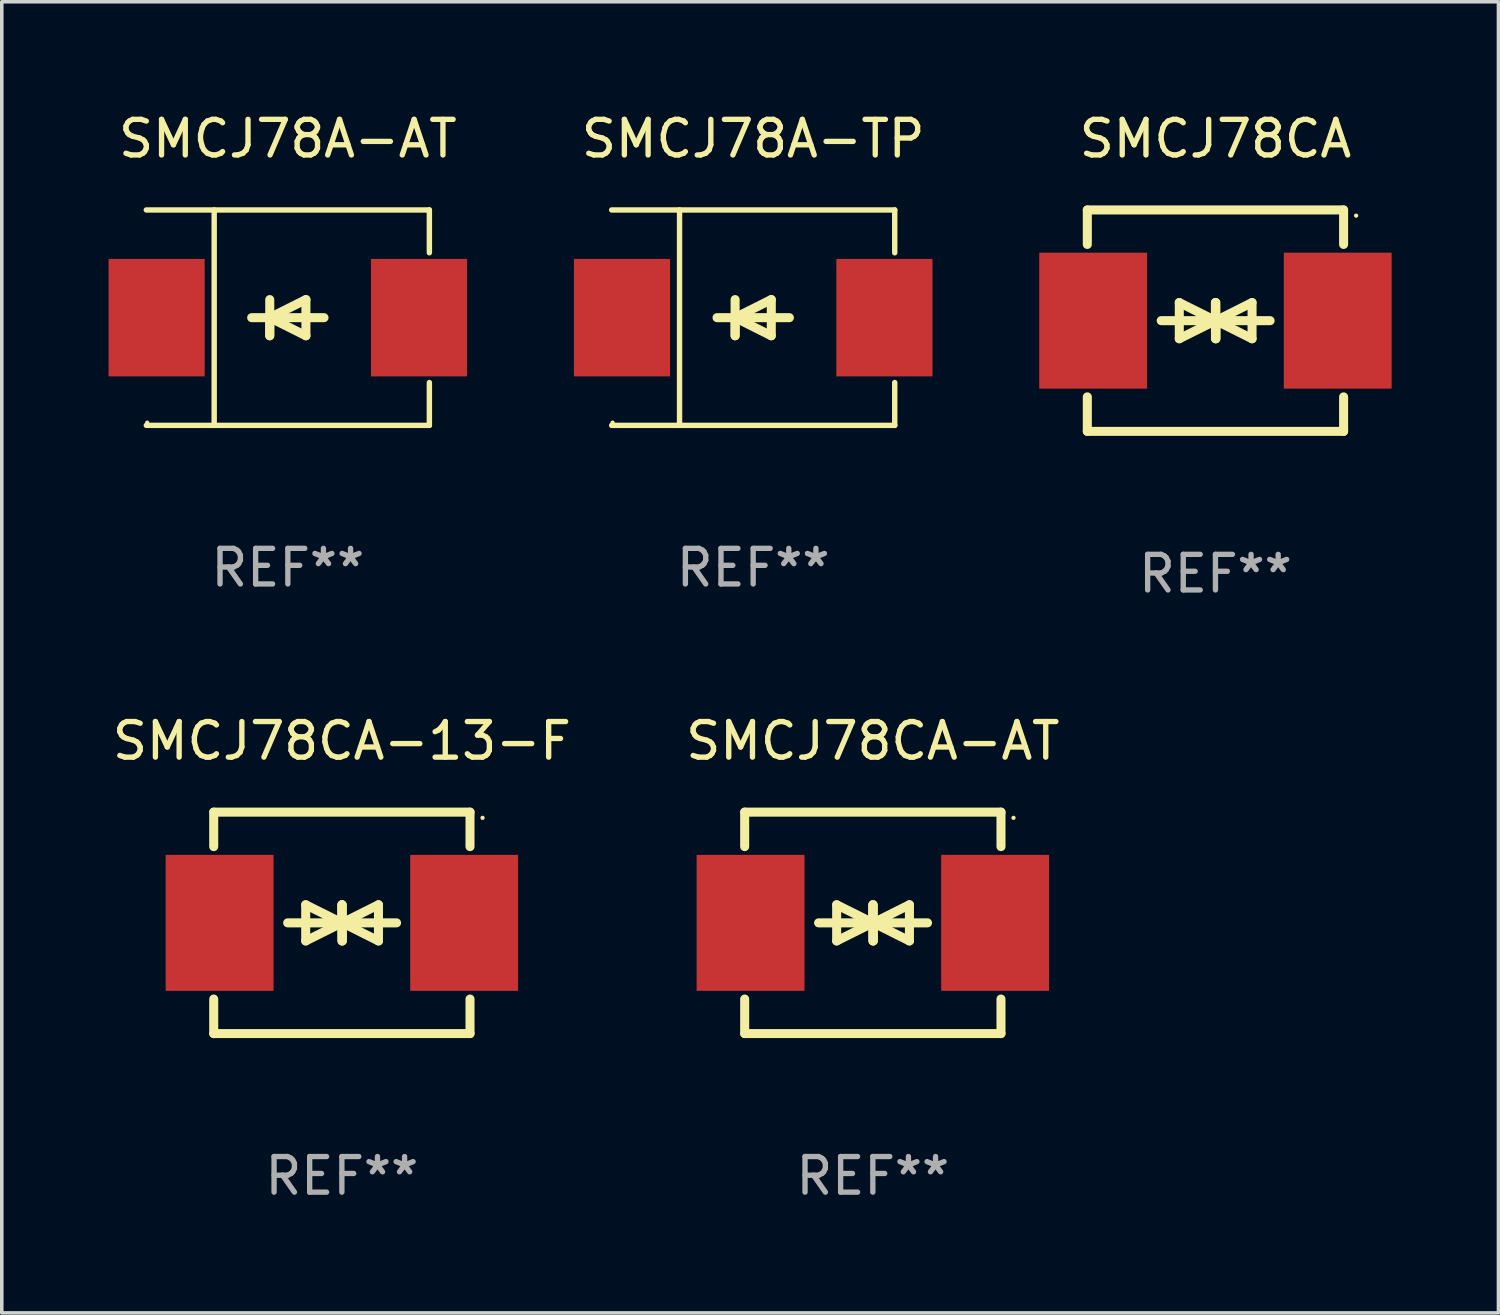
<source format=kicad_pcb>
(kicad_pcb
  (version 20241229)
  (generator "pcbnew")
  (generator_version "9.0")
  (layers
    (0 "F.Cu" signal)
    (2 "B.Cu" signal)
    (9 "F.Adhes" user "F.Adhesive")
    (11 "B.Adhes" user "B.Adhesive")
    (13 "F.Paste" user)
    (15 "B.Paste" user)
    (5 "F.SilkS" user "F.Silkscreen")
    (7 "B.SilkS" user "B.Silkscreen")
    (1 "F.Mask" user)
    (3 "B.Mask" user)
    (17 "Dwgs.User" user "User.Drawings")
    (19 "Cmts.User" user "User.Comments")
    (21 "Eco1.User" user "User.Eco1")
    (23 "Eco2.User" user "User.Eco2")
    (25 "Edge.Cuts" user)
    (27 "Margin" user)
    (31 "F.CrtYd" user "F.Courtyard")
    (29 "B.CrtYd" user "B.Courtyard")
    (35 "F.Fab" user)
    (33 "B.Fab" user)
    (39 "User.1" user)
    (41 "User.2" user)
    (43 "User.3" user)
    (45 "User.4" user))
  (footprint "SMCJ78A-AT"
    (layer "F.Cu")
    (at 5.036 5.874)
    (property "Reference" "SMCJ78A-AT" (at 0 -5.026 0) (layer "F.SilkS") (effects (font (size 1 1) (thickness 0.15))))
    (attr through_hole)
    (fp_line (start -3.976 -3.026) (end 3.976 -3.026) (stroke (width 0.152) (type solid)) (layer "F.SilkS"))
    (fp_line (start -3.976 3.026) (end 3.976 3.026) (stroke (width 0.152) (type solid)) (layer "F.SilkS"))
    (fp_line (start -2.069 -3.026) (end -2.069 3.026) (stroke (width 0.152) (type solid)) (layer "F.SilkS"))
    (fp_line (start -0.508 0) (end -0.508 0.508) (stroke (width 0.254) (type solid)) (layer "F.SilkS"))
    (fp_line (start -0.508 0) (end 0.508 0.508) (stroke (width 0.254) (type solid)) (layer "F.SilkS"))
    (fp_line (start -0.508 0.508) (end -0.508 -0.508) (stroke (width 0.254) (type solid)) (layer "F.SilkS"))
    (fp_line (start 0.508 -0.508) (end -0.508 0) (stroke (width 0.254) (type solid)) (layer "F.SilkS"))
    (fp_line (start 0.508 0.508) (end 0.508 -0.508) (stroke (width 0.254) (type solid)) (layer "F.SilkS"))
    (fp_line (start 1.016 0) (end -1.016 0) (stroke (width 0.254) (type solid)) (layer "F.SilkS"))
    (fp_line (start 3.976 -3.026) (end 3.976 -1.823) (stroke (width 0.152) (type solid)) (layer "F.SilkS"))
    (fp_line (start 3.976 3.026) (end 3.976 1.823) (stroke (width 0.152) (type solid)) (layer "F.SilkS"))
    (fp_circle (center -3.95 2.95) (end -3.92 2.95) (stroke (width 0.06) (type solid)) (fill no) (layer "F.SilkS"))
    (fp_text user "REF**" (at 0 7.026 0) (layer "F.Fab") (effects (font (size 1 1) (thickness 0.15))))
    (pad "1" smd rect (at -3.686 0) (size 2.7 3.3) (layers "F.Cu" "F.Mask" "F.Paste"))
    (pad "2" smd rect (at 3.686 0) (size 2.7 3.3) (layers "F.Cu" "F.Mask" "F.Paste")))
  (footprint "SMCJ78A-TP"
    (layer "F.Cu")
    (at 18.109 5.874)
    (property "Reference" "SMCJ78A-TP" (at 0 -5.026 0) (layer "F.SilkS") (effects (font (size 1 1) (thickness 0.15))))
    (attr through_hole)
    (fp_line (start -3.976 -3.026) (end 3.976 -3.026) (stroke (width 0.152) (type solid)) (layer "F.SilkS"))
    (fp_line (start -3.976 3.026) (end 3.976 3.026) (stroke (width 0.152) (type solid)) (layer "F.SilkS"))
    (fp_line (start -2.069 -3.026) (end -2.069 3.026) (stroke (width 0.152) (type solid)) (layer "F.SilkS"))
    (fp_line (start -0.508 0) (end -0.508 0.508) (stroke (width 0.254) (type solid)) (layer "F.SilkS"))
    (fp_line (start -0.508 0) (end 0.508 0.508) (stroke (width 0.254) (type solid)) (layer "F.SilkS"))
    (fp_line (start -0.508 0.508) (end -0.508 -0.508) (stroke (width 0.254) (type solid)) (layer "F.SilkS"))
    (fp_line (start 0.508 -0.508) (end -0.508 0) (stroke (width 0.254) (type solid)) (layer "F.SilkS"))
    (fp_line (start 0.508 0.508) (end 0.508 -0.508) (stroke (width 0.254) (type solid)) (layer "F.SilkS"))
    (fp_line (start 1.016 0) (end -1.016 0) (stroke (width 0.254) (type solid)) (layer "F.SilkS"))
    (fp_line (start 3.976 -3.026) (end 3.976 -1.823) (stroke (width 0.152) (type solid)) (layer "F.SilkS"))
    (fp_line (start 3.976 3.026) (end 3.976 1.823) (stroke (width 0.152) (type solid)) (layer "F.SilkS"))
    (fp_circle (center -3.95 2.95) (end -3.92 2.95) (stroke (width 0.06) (type solid)) (fill no) (layer "F.SilkS"))
    (fp_text user "REF**" (at 0 7.026 0) (layer "F.Fab") (effects (font (size 1 1) (thickness 0.15))))
    (pad "1" smd rect (at -3.686 0) (size 2.7 3.3) (layers "F.Cu" "F.Mask" "F.Paste"))
    (pad "2" smd rect (at 3.686 0) (size 2.7 3.3) (layers "F.Cu" "F.Mask" "F.Paste")))
  (footprint "SMCJ78CA-AT"
    (layer "F.Cu")
    (at 21.47 22.875)
    (property "Reference" "SMCJ78CA-AT" (at 0 -5.11 0) (layer "F.SilkS") (effects (font (size 1 1) (thickness 0.15))))
    (attr through_hole)
    (fp_line (start -3.6 -2.141) (end -3.6 -3.11) (stroke (width 0.254) (type solid)) (layer "F.SilkS"))
    (fp_line (start -3.6 3.11) (end -3.6 2.141) (stroke (width 0.254) (type solid)) (layer "F.SilkS"))
    (fp_line (start -1.524 0) (end 0.508 0) (stroke (width 0.254) (type solid)) (layer "F.SilkS"))
    (fp_line (start -1.016 -0.508) (end -1.016 0.508) (stroke (width 0.254) (type solid)) (layer "F.SilkS"))
    (fp_line (start -1.016 0.508) (end 0 0) (stroke (width 0.254) (type solid)) (layer "F.SilkS"))
    (fp_line (start 0 -0.508) (end 0 0.508) (stroke (width 0.254) (type solid)) (layer "F.SilkS"))
    (fp_line (start 0 0) (end -1.016 -0.508) (stroke (width 0.254) (type solid)) (layer "F.SilkS"))
    (fp_line (start 0 0) (end 0 -0.508) (stroke (width 0.254) (type solid)) (layer "F.SilkS"))
    (fp_line (start 0.012 0) (end 0.012 0.508) (stroke (width 0.254) (type solid)) (layer "F.SilkS"))
    (fp_line (start 0.012 0) (end 1.028 0.508) (stroke (width 0.254) (type solid)) (layer "F.SilkS"))
    (fp_line (start 0.012 0.508) (end 0.012 -0.508) (stroke (width 0.254) (type solid)) (layer "F.SilkS"))
    (fp_line (start 1.028 -0.508) (end 0.012 0) (stroke (width 0.254) (type solid)) (layer "F.SilkS"))
    (fp_line (start 1.028 0.508) (end 1.028 -0.508) (stroke (width 0.254) (type solid)) (layer "F.SilkS"))
    (fp_line (start 1.536 0) (end -0.496 0) (stroke (width 0.254) (type solid)) (layer "F.SilkS"))
    (fp_line (start 3.6 -3.11) (end -3.6 -3.11) (stroke (width 0.254) (type solid)) (layer "F.SilkS"))
    (fp_line (start 3.6 -2.141) (end 3.6 -3.11) (stroke (width 0.254) (type solid)) (layer "F.SilkS"))
    (fp_line (start 3.6 3.11) (end -3.6 3.11) (stroke (width 0.254) (type solid)) (layer "F.SilkS"))
    (fp_line (start 3.6 3.11) (end 3.6 2.141) (stroke (width 0.254) (type solid)) (layer "F.SilkS"))
    (fp_circle (center 3.952 -2.95) (end 3.982 -2.95) (stroke (width 0.06) (type solid)) (fill no) (layer "F.SilkS"))
    (fp_text user "REF**" (at 0 7.11 0) (layer "F.Fab") (effects (font (size 1 1) (thickness 0.15))))
    (pad "1" smd rect (at 3.435 0) (size 3.03 3.82) (layers "F.Cu" "F.Mask" "F.Paste"))
    (pad "2" smd rect (at -3.435 0) (size 3.03 3.82) (layers "F.Cu" "F.Mask" "F.Paste")))
  (footprint "SMCJ78CA-13-F"
    (layer "F.Cu")
    (at 6.554 22.875)
    (property "Reference" "SMCJ78CA-13-F" (at 0 -5.11 0) (layer "F.SilkS") (effects (font (size 1 1) (thickness 0.15))))
    (attr through_hole)
    (fp_line (start -3.6 -2.141) (end -3.6 -3.11) (stroke (width 0.254) (type solid)) (layer "F.SilkS"))
    (fp_line (start -3.6 3.11) (end -3.6 2.141) (stroke (width 0.254) (type solid)) (layer "F.SilkS"))
    (fp_line (start -1.524 0) (end 0.508 0) (stroke (width 0.254) (type solid)) (layer "F.SilkS"))
    (fp_line (start -1.016 -0.508) (end -1.016 0.508) (stroke (width 0.254) (type solid)) (layer "F.SilkS"))
    (fp_line (start -1.016 0.508) (end 0 0) (stroke (width 0.254) (type solid)) (layer "F.SilkS"))
    (fp_line (start 0 -0.508) (end 0 0.508) (stroke (width 0.254) (type solid)) (layer "F.SilkS"))
    (fp_line (start 0 0) (end -1.016 -0.508) (stroke (width 0.254) (type solid)) (layer "F.SilkS"))
    (fp_line (start 0 0) (end 0 -0.508) (stroke (width 0.254) (type solid)) (layer "F.SilkS"))
    (fp_line (start 0.012 0) (end 0.012 0.508) (stroke (width 0.254) (type solid)) (layer "F.SilkS"))
    (fp_line (start 0.012 0) (end 1.028 0.508) (stroke (width 0.254) (type solid)) (layer "F.SilkS"))
    (fp_line (start 0.012 0.508) (end 0.012 -0.508) (stroke (width 0.254) (type solid)) (layer "F.SilkS"))
    (fp_line (start 1.028 -0.508) (end 0.012 0) (stroke (width 0.254) (type solid)) (layer "F.SilkS"))
    (fp_line (start 1.028 0.508) (end 1.028 -0.508) (stroke (width 0.254) (type solid)) (layer "F.SilkS"))
    (fp_line (start 1.536 0) (end -0.496 0) (stroke (width 0.254) (type solid)) (layer "F.SilkS"))
    (fp_line (start 3.6 -3.11) (end -3.6 -3.11) (stroke (width 0.254) (type solid)) (layer "F.SilkS"))
    (fp_line (start 3.6 -2.141) (end 3.6 -3.11) (stroke (width 0.254) (type solid)) (layer "F.SilkS"))
    (fp_line (start 3.6 3.11) (end -3.6 3.11) (stroke (width 0.254) (type solid)) (layer "F.SilkS"))
    (fp_line (start 3.6 3.11) (end 3.6 2.141) (stroke (width 0.254) (type solid)) (layer "F.SilkS"))
    (fp_circle (center 3.952 -2.95) (end 3.982 -2.95) (stroke (width 0.06) (type solid)) (fill no) (layer "F.SilkS"))
    (fp_text user "REF**" (at 0 7.11 0) (layer "F.Fab") (effects (font (size 1 1) (thickness 0.15))))
    (pad "1" smd rect (at 3.435 0) (size 3.03 3.82) (layers "F.Cu" "F.Mask" "F.Paste"))
    (pad "2" smd rect (at -3.435 0) (size 3.03 3.82) (layers "F.Cu" "F.Mask" "F.Paste")))
  (footprint "SMCJ78CA"
    (layer "F.Cu")
    (at 31.095 5.958)
    (property "Reference" "SMCJ78CA" (at 0 -5.11 0) (layer "F.SilkS") (effects (font (size 1 1) (thickness 0.15))))
    (attr through_hole)
    (fp_line (start -3.6 -2.141) (end -3.6 -3.11) (stroke (width 0.254) (type solid)) (layer "F.SilkS"))
    (fp_line (start -3.6 3.11) (end -3.6 2.141) (stroke (width 0.254) (type solid)) (layer "F.SilkS"))
    (fp_line (start -1.524 0) (end 0.508 0) (stroke (width 0.254) (type solid)) (layer "F.SilkS"))
    (fp_line (start -1.016 -0.508) (end -1.016 0.508) (stroke (width 0.254) (type solid)) (layer "F.SilkS"))
    (fp_line (start -1.016 0.508) (end 0 0) (stroke (width 0.254) (type solid)) (layer "F.SilkS"))
    (fp_line (start 0 -0.508) (end 0 0.508) (stroke (width 0.254) (type solid)) (layer "F.SilkS"))
    (fp_line (start 0 0) (end -1.016 -0.508) (stroke (width 0.254) (type solid)) (layer "F.SilkS"))
    (fp_line (start 0 0) (end 0 -0.508) (stroke (width 0.254) (type solid)) (layer "F.SilkS"))
    (fp_line (start 0.012 0) (end 0.012 0.508) (stroke (width 0.254) (type solid)) (layer "F.SilkS"))
    (fp_line (start 0.012 0) (end 1.028 0.508) (stroke (width 0.254) (type solid)) (layer "F.SilkS"))
    (fp_line (start 0.012 0.508) (end 0.012 -0.508) (stroke (width 0.254) (type solid)) (layer "F.SilkS"))
    (fp_line (start 1.028 -0.508) (end 0.012 0) (stroke (width 0.254) (type solid)) (layer "F.SilkS"))
    (fp_line (start 1.028 0.508) (end 1.028 -0.508) (stroke (width 0.254) (type solid)) (layer "F.SilkS"))
    (fp_line (start 1.536 0) (end -0.496 0) (stroke (width 0.254) (type solid)) (layer "F.SilkS"))
    (fp_line (start 3.6 -3.11) (end -3.6 -3.11) (stroke (width 0.254) (type solid)) (layer "F.SilkS"))
    (fp_line (start 3.6 -2.141) (end 3.6 -3.11) (stroke (width 0.254) (type solid)) (layer "F.SilkS"))
    (fp_line (start 3.6 3.11) (end -3.6 3.11) (stroke (width 0.254) (type solid)) (layer "F.SilkS"))
    (fp_line (start 3.6 3.11) (end 3.6 2.141) (stroke (width 0.254) (type solid)) (layer "F.SilkS"))
    (fp_circle (center 3.952 -2.95) (end 3.982 -2.95) (stroke (width 0.06) (type solid)) (fill no) (layer "F.SilkS"))
    (fp_text user "REF**" (at 0 7.11 0) (layer "F.Fab") (effects (font (size 1 1) (thickness 0.15))))
    (pad "1" smd rect (at 3.435 0) (size 3.03 3.82) (layers "F.Cu" "F.Mask" "F.Paste"))
    (pad "2" smd rect (at -3.435 0) (size 3.03 3.82) (layers "F.Cu" "F.Mask" "F.Paste")))
  (gr_rect
    (start -3 -3)
    (end 39.045 33.833)
    (stroke (width 0.1) (type default))
    (fill no)
    (layer "Edge.Cuts")))
</source>
